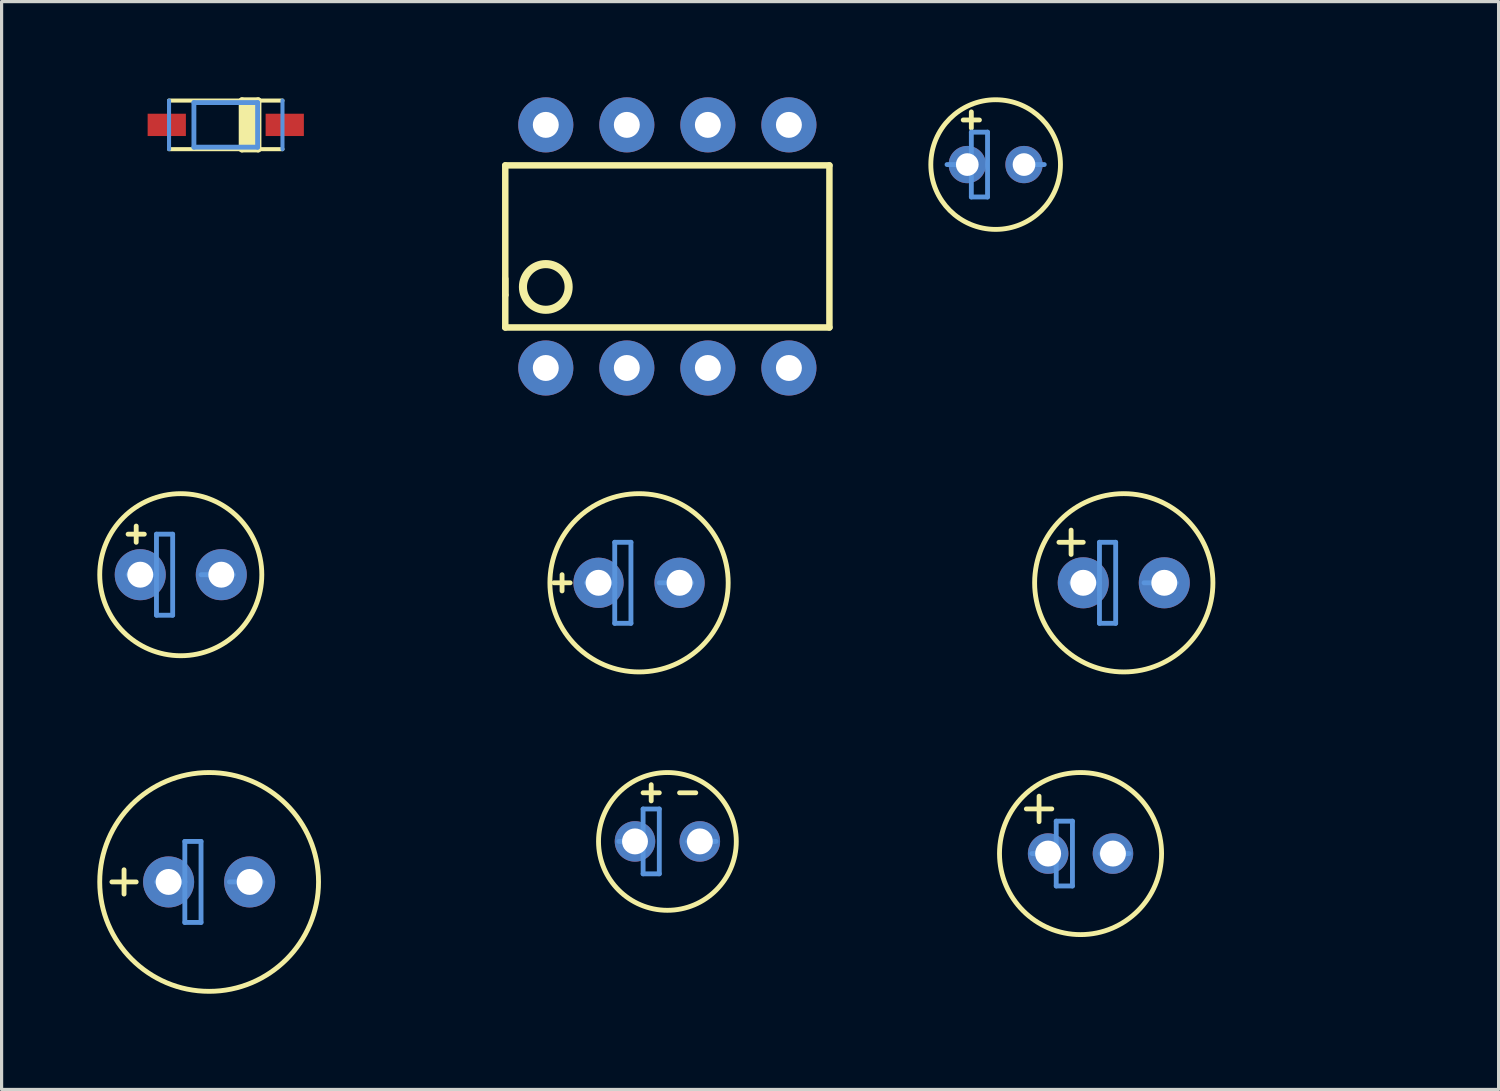
<source format=kicad_pcb>
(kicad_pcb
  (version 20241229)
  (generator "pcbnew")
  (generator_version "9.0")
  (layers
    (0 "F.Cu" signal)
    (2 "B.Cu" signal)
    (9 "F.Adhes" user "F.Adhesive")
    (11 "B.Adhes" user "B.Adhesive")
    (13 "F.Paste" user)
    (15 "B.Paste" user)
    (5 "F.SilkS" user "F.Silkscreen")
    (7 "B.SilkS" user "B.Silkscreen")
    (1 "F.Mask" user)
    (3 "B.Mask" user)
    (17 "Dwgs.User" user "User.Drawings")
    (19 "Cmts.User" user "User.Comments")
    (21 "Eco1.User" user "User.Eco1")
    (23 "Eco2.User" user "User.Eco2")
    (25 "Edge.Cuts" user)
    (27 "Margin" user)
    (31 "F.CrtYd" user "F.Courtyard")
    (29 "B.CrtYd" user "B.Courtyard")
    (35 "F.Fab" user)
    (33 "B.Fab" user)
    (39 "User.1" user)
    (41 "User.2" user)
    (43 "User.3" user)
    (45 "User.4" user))
  (footprint "E2-4"
    (layer "F.Cu")
    (at 17.869 23.323)
    (property "Reference" "E2-4" (at 4.699 -0.254 0) (layer "Eco1.User") (effects (font (size 1.27 1.27) (thickness 0.127))))
    (attr through_hole)
    (fp_line (start -0.762 -1.524) (end -0.254 -1.524) (stroke (width 0.152) (type solid)) (layer "F.SilkS"))
    (fp_line (start -0.508 -1.27) (end -0.508 -1.778) (stroke (width 0.152) (type solid)) (layer "F.SilkS"))
    (fp_line (start 0.381 -1.524) (end 0.889 -1.524) (stroke (width 0.152) (type solid)) (layer "F.SilkS"))
    (fp_circle (center 0 0) (end 2.159 0) (stroke (width 0.152) (type solid)) (fill no) (layer "F.SilkS"))
    (fp_line (start -1.524 0) (end -0.762 0) (stroke (width 0.152) (type solid)) (layer "Cmts.User"))
    (fp_line (start -0.762 -1.016) (end -0.762 0) (stroke (width 0.152) (type solid)) (layer "Cmts.User"))
    (fp_line (start -0.762 0) (end -0.762 1.016) (stroke (width 0.152) (type solid)) (layer "Cmts.User"))
    (fp_line (start -0.762 1.016) (end -0.254 1.016) (stroke (width 0.152) (type solid)) (layer "Cmts.User"))
    (fp_line (start -0.254 -1.016) (end -0.762 -1.016) (stroke (width 0.152) (type solid)) (layer "Cmts.User"))
    (fp_line (start -0.254 1.016) (end -0.254 -1.016) (stroke (width 0.152) (type solid)) (layer "Cmts.User"))
    (fp_line (start 0.635 0) (end 1.524 0) (stroke (width 0.152) (type solid)) (layer "Cmts.User"))
    (pad "+" thru_hole oval (at -1.016 0) (size 1.27 1.27) (drill 0.813) (layers "*.Cu" "*.Mask"))
    (pad "-" thru_hole oval (at 1.016 0) (size 1.27 1.27) (drill 0.813) (layers "*.Cu" "*.Mask")))
  (footprint "E1,8-4"
    (layer "F.Cu")
    (at 28.157 2.108)
    (property "Reference" "E1,8-4" (at 4.699 -0.127 0) (layer "Eco1.User") (effects (font (size 1.27 1.27) (thickness 0.127))))
    (attr through_hole)
    (fp_line (start -1.016 -1.397) (end -0.508 -1.397) (stroke (width 0.152) (type solid)) (layer "F.SilkS"))
    (fp_line (start -0.762 -1.143) (end -0.762 -1.651) (stroke (width 0.152) (type solid)) (layer "F.SilkS"))
    (fp_circle (center 0 0) (end 2.032 0) (stroke (width 0.152) (type solid)) (fill no) (layer "F.SilkS"))
    (fp_line (start -1.524 0) (end -0.762 0) (stroke (width 0.152) (type solid)) (layer "Cmts.User"))
    (fp_line (start -0.762 -1.016) (end -0.762 0) (stroke (width 0.152) (type solid)) (layer "Cmts.User"))
    (fp_line (start -0.762 0) (end -0.762 1.016) (stroke (width 0.152) (type solid)) (layer "Cmts.User"))
    (fp_line (start -0.762 1.016) (end -0.254 1.016) (stroke (width 0.152) (type solid)) (layer "Cmts.User"))
    (fp_line (start -0.254 -1.016) (end -0.762 -1.016) (stroke (width 0.152) (type solid)) (layer "Cmts.User"))
    (fp_line (start -0.254 1.016) (end -0.254 -1.016) (stroke (width 0.152) (type solid)) (layer "Cmts.User"))
    (fp_line (start 0.635 0) (end 1.524 0) (stroke (width 0.152) (type solid)) (layer "Cmts.User"))
    (pad "+" thru_hole oval (at -0.889 0) (size 1.168 1.168) (drill 0.711) (layers "*.Cu" "*.Mask"))
    (pad "-" thru_hole oval (at 0.889 0) (size 1.168 1.168) (drill 0.711) (layers "*.Cu" "*.Mask")))
  (footprint "E2,5-6"
    (layer "F.Cu")
    (at 32.173 15.217)
    (property "Reference" "E2,5-6" (at 5.207 -0.889 0) (layer "Eco1.User") (effects (font (size 1.27 1.27) (thickness 0.127))))
    (attr through_hole)
    (fp_line (start -2.032 -1.27) (end -1.651 -1.27) (stroke (width 0.152) (type solid)) (layer "F.SilkS"))
    (fp_line (start -1.651 -1.27) (end -1.651 -1.651) (stroke (width 0.152) (type solid)) (layer "F.SilkS"))
    (fp_line (start -1.651 -1.27) (end -1.27 -1.27) (stroke (width 0.152) (type solid)) (layer "F.SilkS"))
    (fp_line (start -1.651 -0.889) (end -1.651 -1.27) (stroke (width 0.152) (type solid)) (layer "F.SilkS"))
    (fp_circle (center 0 0) (end 2.794 0) (stroke (width 0.152) (type solid)) (fill no) (layer "F.SilkS"))
    (fp_line (start -1.651 0) (end -0.762 0) (stroke (width 0.152) (type solid)) (layer "Cmts.User"))
    (fp_line (start -0.762 -1.27) (end -0.762 0) (stroke (width 0.152) (type solid)) (layer "Cmts.User"))
    (fp_line (start -0.762 0) (end -0.762 1.27) (stroke (width 0.152) (type solid)) (layer "Cmts.User"))
    (fp_line (start -0.762 1.27) (end -0.254 1.27) (stroke (width 0.152) (type solid)) (layer "Cmts.User"))
    (fp_line (start -0.254 -1.27) (end -0.762 -1.27) (stroke (width 0.152) (type solid)) (layer "Cmts.User"))
    (fp_line (start -0.254 1.27) (end -0.254 -1.27) (stroke (width 0.152) (type solid)) (layer "Cmts.User"))
    (fp_line (start 0.635 0) (end 1.651 0) (stroke (width 0.152) (type solid)) (layer "Cmts.User"))
    (pad "+" thru_hole oval (at -1.27 0) (size 1.6 1.6) (drill 0.813) (layers "*.Cu" "*.Mask"))
    (pad "-" thru_hole oval (at 1.27 0) (size 1.6 1.6) (drill 0.813) (layers "*.Cu" "*.Mask")))
  (footprint "E2-5"
    (layer "F.Cu")
    (at 30.818 23.704)
    (property "Reference" "E2-5" (at 0 1.8 0) (layer "Eco1.User") (effects (font (size 1 1) (thickness 0.2))))
    (attr through_hole)
    (fp_line (start -1.3 -1.8) (end -1.3 -1) (stroke (width 0.15) (type solid)) (layer "F.SilkS"))
    (fp_line (start -0.9 -1.4) (end -1.7 -1.4) (stroke (width 0.15) (type solid)) (layer "F.SilkS"))
    (fp_circle (center 0 0) (end 2.54 0) (stroke (width 0.152) (type solid)) (fill no) (layer "F.SilkS"))
    (fp_line (start -1.524 0) (end -0.762 0) (stroke (width 0.152) (type solid)) (layer "Cmts.User"))
    (fp_line (start -0.762 -1.016) (end -0.762 0) (stroke (width 0.152) (type solid)) (layer "Cmts.User"))
    (fp_line (start -0.762 0) (end -0.762 1.016) (stroke (width 0.152) (type solid)) (layer "Cmts.User"))
    (fp_line (start -0.762 1.016) (end -0.254 1.016) (stroke (width 0.152) (type solid)) (layer "Cmts.User"))
    (fp_line (start -0.254 -1.016) (end -0.762 -1.016) (stroke (width 0.152) (type solid)) (layer "Cmts.User"))
    (fp_line (start -0.254 1.016) (end -0.254 -1.016) (stroke (width 0.152) (type solid)) (layer "Cmts.User"))
    (fp_line (start 0.635 0) (end 1.524 0) (stroke (width 0.152) (type solid)) (layer "Cmts.User"))
    (pad "1" thru_hole oval (at -1.016 0) (size 1.27 1.27) (drill 0.813) (layers "*.Cu" "*.Mask"))
    (pad "2" thru_hole oval (at 1.016 0) (size 1.27 1.27) (drill 0.813) (layers "*.Cu" "*.Mask")))
  (footprint "DIODE_SOD-123"
    (layer "F.Cu")
    (at 4.026 0.864)
    (property "Reference" "DIODE_SOD-123" (at -0.25 0 180) (layer "Eco1.User") (effects (font (size 0.6 0.6) (thickness 0.1))))
    (attr through_hole)
    (fp_line (start -1.778 -0.762) (end 1.778 -0.762) (stroke (width 0.127) (type solid)) (layer "F.SilkS"))
    (fp_line (start 0.508 -0.762) (end 1.016 -0.762) (stroke (width 0.203) (type solid)) (layer "F.SilkS"))
    (fp_line (start 0.508 0.762) (end 0.508 -0.762) (stroke (width 0.203) (type solid)) (layer "F.SilkS"))
    (fp_line (start 0.635 -0.635) (end 0.635 0.635) (stroke (width 0.203) (type solid)) (layer "F.SilkS"))
    (fp_line (start 0.635 0.635) (end 0.762 0.635) (stroke (width 0.203) (type solid)) (layer "F.SilkS"))
    (fp_line (start 0.762 -0.635) (end 0.889 -0.635) (stroke (width 0.203) (type solid)) (layer "F.SilkS"))
    (fp_line (start 0.762 0.635) (end 0.762 -0.635) (stroke (width 0.203) (type solid)) (layer "F.SilkS"))
    (fp_line (start 0.889 -0.635) (end 0.889 0.635) (stroke (width 0.203) (type solid)) (layer "F.SilkS"))
    (fp_line (start 1.016 -0.762) (end 1.016 0.762) (stroke (width 0.203) (type solid)) (layer "F.SilkS"))
    (fp_line (start 1.016 0.762) (end 0.508 0.762) (stroke (width 0.203) (type solid)) (layer "F.SilkS"))
    (fp_line (start 1.778 0.762) (end -1.778 0.762) (stroke (width 0.127) (type solid)) (layer "F.SilkS"))
    (fp_line (start -1.778 0.762) (end -1.778 -0.762) (stroke (width 0.127) (type solid)) (layer "Cmts.User"))
    (fp_line (start -0.998 -0.699) (end 0.998 -0.699) (stroke (width 0.152) (type solid)) (layer "Cmts.User"))
    (fp_line (start -0.998 0.699) (end -0.998 -0.699) (stroke (width 0.152) (type solid)) (layer "Cmts.User"))
    (fp_line (start 0.998 -0.699) (end 0.998 0.699) (stroke (width 0.152) (type solid)) (layer "Cmts.User"))
    (fp_line (start 0.998 0.699) (end -0.998 0.699) (stroke (width 0.152) (type solid)) (layer "Cmts.User"))
    (fp_line (start 1.778 -0.762) (end 1.778 0.762) (stroke (width 0.127) (type solid)) (layer "Cmts.User"))
    (pad "A" smd rect (at -1.849 0) (size 1.199 0.699) (layers "F.Cu" "F.Mask" "F.Paste"))
    (pad "K" smd rect (at 1.849 0) (size 1.199 0.699) (layers "F.Cu" "F.Mask" "F.Paste")))
  (footprint "E2,5-5"
    (layer "F.Cu")
    (at 2.616 14.963)
    (property "Reference" "E2,5-5" (at 4.953 -0.635 0) (layer "Eco1.User") (effects (font (size 1.27 1.27) (thickness 0.127))))
    (attr through_hole)
    (fp_line (start -1.651 -1.27) (end -1.397 -1.27) (stroke (width 0.152) (type solid)) (layer "F.SilkS"))
    (fp_line (start -1.397 -1.27) (end -1.397 -1.524) (stroke (width 0.152) (type solid)) (layer "F.SilkS"))
    (fp_line (start -1.397 -1.27) (end -1.143 -1.27) (stroke (width 0.152) (type solid)) (layer "F.SilkS"))
    (fp_line (start -1.397 -1.016) (end -1.397 -1.27) (stroke (width 0.152) (type solid)) (layer "F.SilkS"))
    (fp_circle (center 0 0) (end 2.54 0) (stroke (width 0.152) (type solid)) (fill no) (layer "F.SilkS"))
    (fp_line (start -1.651 0) (end -0.762 0) (stroke (width 0.152) (type solid)) (layer "Cmts.User"))
    (fp_line (start -0.762 -1.27) (end -0.762 0) (stroke (width 0.152) (type solid)) (layer "Cmts.User"))
    (fp_line (start -0.762 0) (end -0.762 1.27) (stroke (width 0.152) (type solid)) (layer "Cmts.User"))
    (fp_line (start -0.762 1.27) (end -0.254 1.27) (stroke (width 0.152) (type solid)) (layer "Cmts.User"))
    (fp_line (start -0.254 -1.27) (end -0.762 -1.27) (stroke (width 0.152) (type solid)) (layer "Cmts.User"))
    (fp_line (start -0.254 1.27) (end -0.254 -1.27) (stroke (width 0.152) (type solid)) (layer "Cmts.User"))
    (fp_line (start 0.635 0) (end 1.651 0) (stroke (width 0.152) (type solid)) (layer "Cmts.User"))
    (pad "+" thru_hole oval (at -1.27 0) (size 1.6 1.6) (drill 0.813) (layers "*.Cu" "*.Mask"))
    (pad "-" thru_hole oval (at 1.27 0) (size 1.6 1.6) (drill 0.813) (layers "*.Cu" "*.Mask")))
  (footprint "DIP08"
    (layer "F.Cu")
    (at 17.867 4.674)
    (property "Reference" "DIP08" (at -6.35 0 90) (layer "Eco1.User") (effects (font (size 1.27 1.27) (thickness 0.127))))
    (attr through_hole)
    (fp_line (start -5.08 -2.54) (end -5.08 1.524) (stroke (width 0.203) (type solid)) (layer "F.SilkS"))
    (fp_line (start -5.08 -2.54) (end 5.08 -2.54) (stroke (width 0.203) (type solid)) (layer "F.SilkS"))
    (fp_line (start -5.08 1.524) (end -5.08 1.016) (stroke (width 0.203) (type solid)) (layer "F.SilkS"))
    (fp_line (start -5.08 2.54) (end -5.08 1.524) (stroke (width 0.203) (type solid)) (layer "F.SilkS"))
    (fp_line (start -5.08 2.54) (end 5.08 2.54) (stroke (width 0.203) (type solid)) (layer "F.SilkS"))
    (fp_line (start 5.08 -2.54) (end 5.08 2.54) (stroke (width 0.203) (type solid)) (layer "F.SilkS"))
    (fp_circle (center -3.81 1.27) (end -3.094 1.27) (stroke (width 0.254) (type solid)) (fill no) (layer "F.SilkS"))
    (pad "1" thru_hole oval (at -3.81 3.81) (size 1.727 1.727) (drill 0.813) (layers "*.Cu" "*.Mask"))
    (pad "2" thru_hole oval (at -1.27 3.81) (size 1.727 1.727) (drill 0.813) (layers "*.Cu" "*.Mask"))
    (pad "3" thru_hole oval (at 1.27 3.81) (size 1.727 1.727) (drill 0.813) (layers "*.Cu" "*.Mask"))
    (pad "4" thru_hole oval (at 3.81 3.81) (size 1.727 1.727) (drill 0.813) (layers "*.Cu" "*.Mask"))
    (pad "5" thru_hole oval (at 3.81 -3.81) (size 1.727 1.727) (drill 0.813) (layers "*.Cu" "*.Mask"))
    (pad "6" thru_hole oval (at 1.27 -3.81) (size 1.727 1.727) (drill 0.813) (layers "*.Cu" "*.Mask"))
    (pad "7" thru_hole oval (at -1.27 -3.81) (size 1.727 1.727) (drill 0.813) (layers "*.Cu" "*.Mask"))
    (pad "8" thru_hole oval (at -3.81 -3.81) (size 1.727 1.727) (drill 0.813) (layers "*.Cu" "*.Mask")))
  (footprint "E2,5-7"
    (layer "F.Cu")
    (at 3.505 24.593)
    (property "Reference" "E2,5-7" (at 5.588 -1.397 0) (layer "Eco1.User") (effects (font (size 1.27 1.27) (thickness 0.127))))
    (attr through_hole)
    (fp_line (start -3.048 0) (end -2.286 0) (stroke (width 0.152) (type solid)) (layer "F.SilkS"))
    (fp_line (start -2.667 0.381) (end -2.667 -0.381) (stroke (width 0.152) (type solid)) (layer "F.SilkS"))
    (fp_circle (center 0 0) (end 3.429 0) (stroke (width 0.152) (type solid)) (fill no) (layer "F.SilkS"))
    (fp_line (start -1.651 0) (end -0.762 0) (stroke (width 0.152) (type solid)) (layer "Cmts.User"))
    (fp_line (start -0.762 -1.27) (end -0.762 0) (stroke (width 0.152) (type solid)) (layer "Cmts.User"))
    (fp_line (start -0.762 0) (end -0.762 1.27) (stroke (width 0.152) (type solid)) (layer "Cmts.User"))
    (fp_line (start -0.762 1.27) (end -0.254 1.27) (stroke (width 0.152) (type solid)) (layer "Cmts.User"))
    (fp_line (start -0.254 -1.27) (end -0.762 -1.27) (stroke (width 0.152) (type solid)) (layer "Cmts.User"))
    (fp_line (start -0.254 1.27) (end -0.254 -1.27) (stroke (width 0.152) (type solid)) (layer "Cmts.User"))
    (fp_line (start 0.635 0) (end 1.651 0) (stroke (width 0.152) (type solid)) (layer "Cmts.User"))
    (pad "+" thru_hole oval (at -1.27 0) (size 1.6 1.6) (drill 0.813) (layers "*.Cu" "*.Mask"))
    (pad "-" thru_hole oval (at 1.27 0) (size 1.6 1.6) (drill 0.813) (layers "*.Cu" "*.Mask")))
  (footprint "E2,5-6E"
    (layer "F.Cu")
    (at 16.98 15.217)
    (property "Reference" "E2,5-6E" (at 5.207 -0.889 0) (layer "Eco1.User") (effects (font (size 1.27 1.27) (thickness 0.127))))
    (attr through_hole)
    (fp_line (start -2.413 0.254) (end -2.413 -0.254) (stroke (width 0.152) (type solid)) (layer "F.SilkS"))
    (fp_line (start -2.159 0) (end -2.667 0) (stroke (width 0.152) (type solid)) (layer "F.SilkS"))
    (fp_circle (center 0 0) (end 2.794 0) (stroke (width 0.152) (type solid)) (fill no) (layer "F.SilkS"))
    (fp_line (start -1.651 0) (end -0.762 0) (stroke (width 0.152) (type solid)) (layer "Cmts.User"))
    (fp_line (start -0.762 -1.27) (end -0.762 0) (stroke (width 0.152) (type solid)) (layer "Cmts.User"))
    (fp_line (start -0.762 0) (end -0.762 1.27) (stroke (width 0.152) (type solid)) (layer "Cmts.User"))
    (fp_line (start -0.762 1.27) (end -0.254 1.27) (stroke (width 0.152) (type solid)) (layer "Cmts.User"))
    (fp_line (start -0.254 -1.27) (end -0.762 -1.27) (stroke (width 0.152) (type solid)) (layer "Cmts.User"))
    (fp_line (start -0.254 1.27) (end -0.254 -1.27) (stroke (width 0.152) (type solid)) (layer "Cmts.User"))
    (fp_line (start 0.635 0) (end 1.651 0) (stroke (width 0.152) (type solid)) (layer "Cmts.User"))
    (pad "+" thru_hole oval (at -1.27 0) (size 1.575 1.575) (drill 0.813) (layers "*.Cu" "*.Mask"))
    (pad "-" thru_hole oval (at 1.27 0) (size 1.575 1.575) (drill 0.813) (layers "*.Cu" "*.Mask")))
  (gr_rect
    (start -3 -3)
    (end 43.921 31.098)
    (stroke (width 0.1) (type default))
    (fill no)
    (layer "Edge.Cuts")))
</source>
